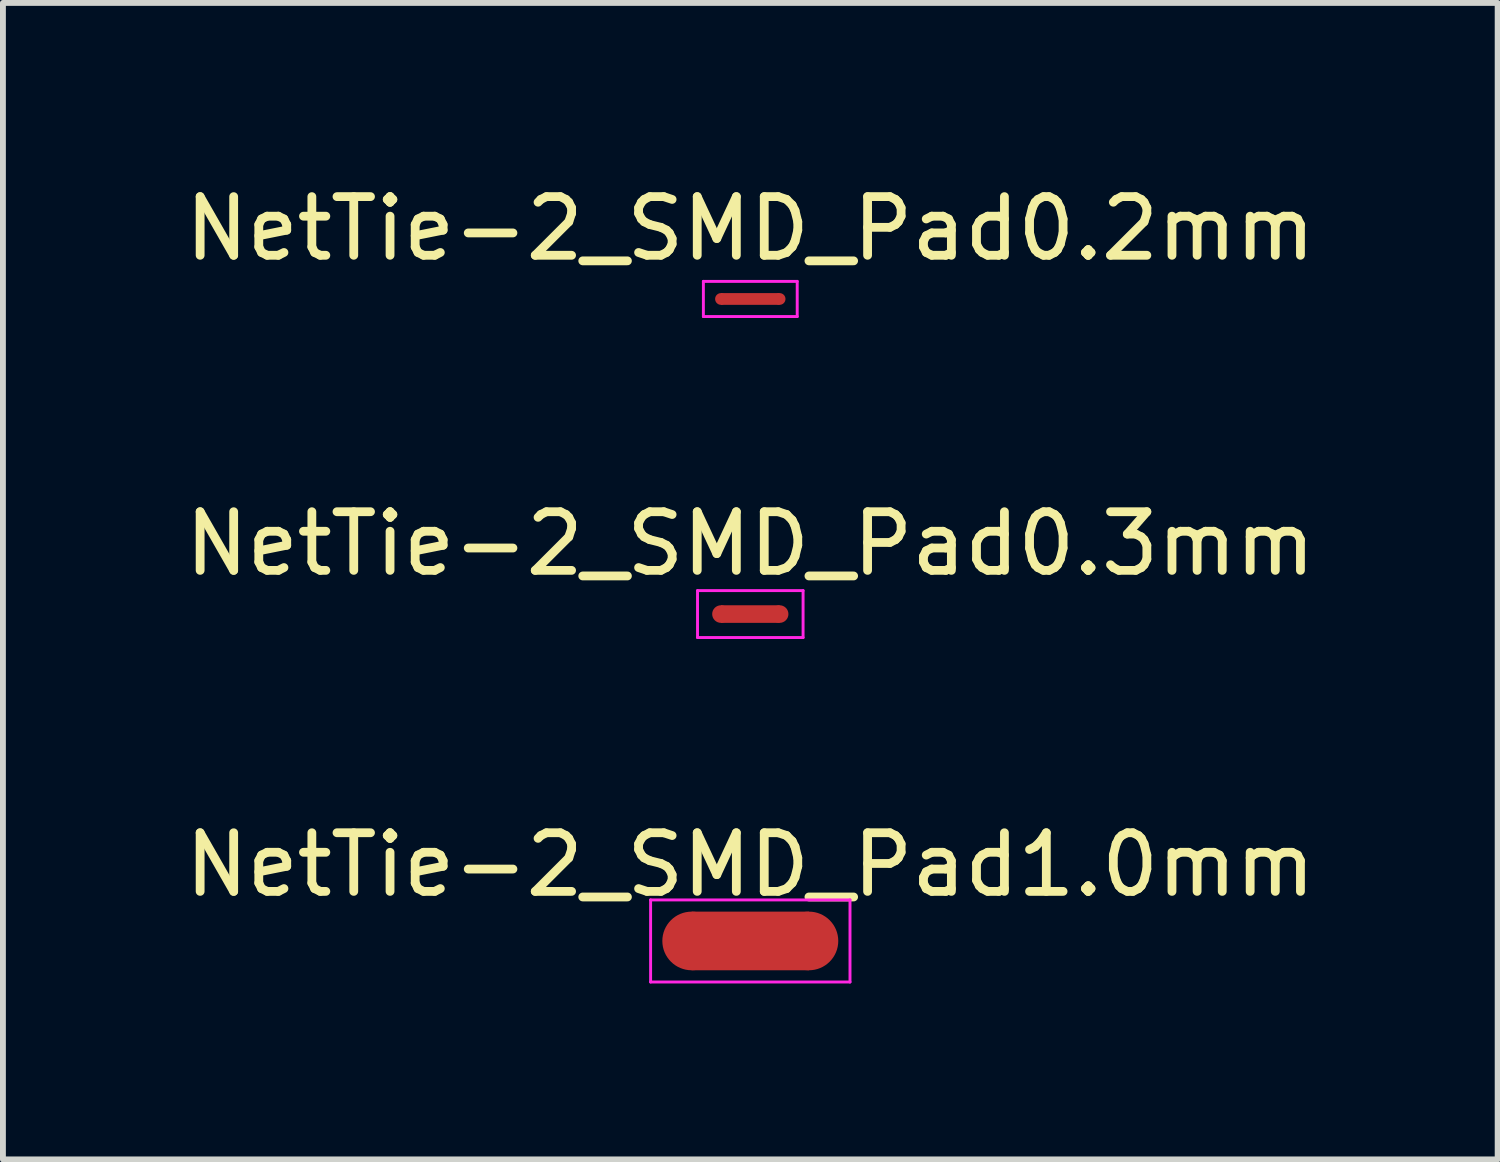
<source format=kicad_pcb>
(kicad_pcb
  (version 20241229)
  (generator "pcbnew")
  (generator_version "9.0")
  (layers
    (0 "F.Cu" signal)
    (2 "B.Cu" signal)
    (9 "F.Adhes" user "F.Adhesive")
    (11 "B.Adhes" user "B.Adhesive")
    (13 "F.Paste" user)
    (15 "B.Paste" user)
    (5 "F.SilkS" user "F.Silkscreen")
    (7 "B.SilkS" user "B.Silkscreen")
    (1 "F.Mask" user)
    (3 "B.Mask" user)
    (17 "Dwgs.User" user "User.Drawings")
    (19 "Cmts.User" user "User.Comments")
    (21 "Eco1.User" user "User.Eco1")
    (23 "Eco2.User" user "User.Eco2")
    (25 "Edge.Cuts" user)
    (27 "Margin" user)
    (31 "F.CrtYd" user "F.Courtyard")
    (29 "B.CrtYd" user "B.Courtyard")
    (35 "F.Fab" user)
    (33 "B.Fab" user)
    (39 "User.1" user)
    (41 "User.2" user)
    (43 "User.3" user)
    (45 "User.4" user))
  (footprint "NetTie-2_SMD_Pad0.3mm"
    (layer "F.Cu")
    (at 9.744 7.421)
    (property "Reference" "NetTie-2_SMD_Pad0.3mm" (at 0 -1.2 0) (layer "F.SilkS") (effects (font (size 1 1) (thickness 0.15))))
    (attr exclude_from_pos_files exclude_from_bom)
    (fp_poly (pts (xy -0.5 -0.15) (xy 0.5 -0.15) (xy 0.5 0.15) (xy -0.5 0.15)) (stroke (width 0) (type solid)) (fill yes) (layer "F.Cu"))
    (fp_line (start -0.9 -0.4) (end -0.9 0.4) (stroke (width 0.05) (type solid)) (layer "F.CrtYd"))
    (fp_line (start -0.9 0.4) (end 0.9 0.4) (stroke (width 0.05) (type solid)) (layer "F.CrtYd"))
    (fp_line (start 0.9 -0.4) (end -0.9 -0.4) (stroke (width 0.05) (type solid)) (layer "F.CrtYd"))
    (fp_line (start 0.9 0.4) (end 0.9 -0.4) (stroke (width 0.05) (type solid)) (layer "F.CrtYd"))
    (pad "1" smd circle (at -0.5 0) (size 0.3 0.3) (layers "F.Cu"))
    (pad "2" smd circle (at 0.5 0) (size 0.3 0.3) (layers "F.Cu")))
  (footprint "NetTie-2_SMD_Pad0.2mm"
    (layer "F.Cu")
    (at 9.744 2.048)
    (property "Reference" "NetTie-2_SMD_Pad0.2mm" (at 0 -1.2 0) (layer "F.SilkS") (effects (font (size 1 1) (thickness 0.15))))
    (attr exclude_from_pos_files exclude_from_bom)
    (fp_poly (pts (xy -0.5 -0.1) (xy 0.5 -0.1) (xy 0.5 0.1) (xy -0.5 0.1)) (stroke (width 0) (type solid)) (fill yes) (layer "F.Cu"))
    (fp_line (start -0.8 -0.3) (end -0.8 0.3) (stroke (width 0.05) (type solid)) (layer "F.CrtYd"))
    (fp_line (start -0.8 0.3) (end 0.8 0.3) (stroke (width 0.05) (type solid)) (layer "F.CrtYd"))
    (fp_line (start 0.8 -0.3) (end -0.8 -0.3) (stroke (width 0.05) (type solid)) (layer "F.CrtYd"))
    (fp_line (start 0.8 0.3) (end 0.8 -0.3) (stroke (width 0.05) (type solid)) (layer "F.CrtYd"))
    (pad "1" smd circle (at -0.5 0) (size 0.2 0.2) (layers "F.Cu"))
    (pad "2" smd circle (at 0.5 0) (size 0.2 0.2) (layers "F.Cu")))
  (footprint "NetTie-2_SMD_Pad1.0mm"
    (layer "F.Cu")
    (at 9.744 12.995)
    (property "Reference" "NetTie-2_SMD_Pad1.0mm" (at 0 -1.3 0) (layer "F.SilkS") (effects (font (size 1 1) (thickness 0.15))))
    (attr exclude_from_pos_files exclude_from_bom)
    (fp_poly (pts (xy -1 -0.5) (xy 1 -0.5) (xy 1 0.5) (xy -1 0.5)) (stroke (width 0) (type solid)) (fill yes) (layer "F.Cu"))
    (fp_line (start -1.7 -0.7) (end -1.7 0.7) (stroke (width 0.05) (type solid)) (layer "F.CrtYd"))
    (fp_line (start -1.7 0.7) (end 1.7 0.7) (stroke (width 0.05) (type solid)) (layer "F.CrtYd"))
    (fp_line (start 1.7 -0.7) (end -1.7 -0.7) (stroke (width 0.05) (type solid)) (layer "F.CrtYd"))
    (fp_line (start 1.7 0.7) (end 1.7 -0.7) (stroke (width 0.05) (type solid)) (layer "F.CrtYd"))
    (pad "1" smd circle (at -1 0) (size 1 1) (layers "F.Cu"))
    (pad "2" smd circle (at 1 0) (size 1 1) (layers "F.Cu")))
  (gr_rect
    (start -3 -3)
    (end 22.488 16.72)
    (stroke (width 0.1) (type default))
    (fill no)
    (layer "Edge.Cuts")))
</source>
